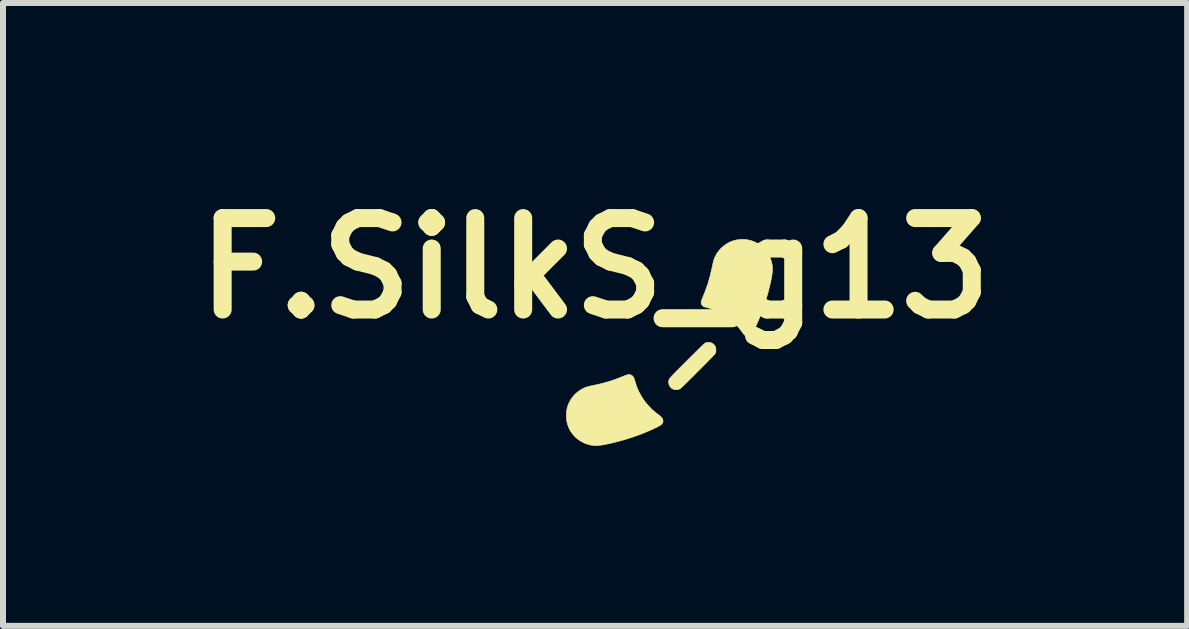
<source format=kicad_pcb>
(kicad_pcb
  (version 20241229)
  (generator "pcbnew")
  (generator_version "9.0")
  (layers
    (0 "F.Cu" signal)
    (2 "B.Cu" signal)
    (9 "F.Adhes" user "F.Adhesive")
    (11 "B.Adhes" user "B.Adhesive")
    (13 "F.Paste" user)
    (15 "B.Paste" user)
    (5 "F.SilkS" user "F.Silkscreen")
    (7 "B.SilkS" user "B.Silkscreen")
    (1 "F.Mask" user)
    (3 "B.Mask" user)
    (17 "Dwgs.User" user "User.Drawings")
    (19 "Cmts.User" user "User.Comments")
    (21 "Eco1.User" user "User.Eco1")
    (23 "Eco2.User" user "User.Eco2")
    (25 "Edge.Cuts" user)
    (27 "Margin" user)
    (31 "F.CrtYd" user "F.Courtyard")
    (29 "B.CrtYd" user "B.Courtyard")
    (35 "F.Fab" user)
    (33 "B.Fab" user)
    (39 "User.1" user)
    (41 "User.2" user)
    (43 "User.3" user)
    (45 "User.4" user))
  (footprint "F.SilkS_g13"
    (layer "F.Cu")
    (at 6.865 1.418)
    (property "Reference" "F.SilkS_g13" (at 0 0 0) (layer "F.SilkS") (effects (font (size 1.524 1.524) (thickness 0.3))))
    (attr through_hole)
    (fp_poly (pts (xy 0.592 1.777) (xy 0.608 1.785) (xy 0.621 1.795) (xy 0.631 1.804) (xy 0.638 1.813) (xy 0.645 1.825) (xy 0.651 1.84) (xy 0.658 1.861) (xy 0.666 1.887) (xy 0.667 1.888) (xy 0.684 1.945) (xy 0.703 1.997) (xy 0.725 2.046) (xy 0.741 2.079) (xy 0.784 2.155) (xy 0.833 2.226) (xy 0.889 2.293) (xy 0.95 2.356) (xy 1.016 2.412) (xy 1.054 2.44) (xy 1.082 2.462) (xy 1.104 2.482) (xy 1.119 2.502) (xy 1.129 2.521) (xy 1.132 2.541) (xy 1.133 2.546) (xy 1.131 2.565) (xy 1.124 2.581) (xy 1.113 2.597) (xy 1.096 2.612) (xy 1.072 2.628) (xy 1.041 2.644) (xy 1.041 2.645) (xy 0.92 2.702) (xy 0.792 2.755) (xy 0.659 2.804) (xy 0.522 2.849) (xy 0.383 2.888) (xy 0.241 2.923) (xy 0.182 2.935) (xy 0.123 2.946) (xy 0.069 2.953) (xy 0.022 2.956) (xy -0.02 2.955) (xy -0.054 2.951) (xy -0.117 2.937) (xy -0.177 2.915) (xy -0.233 2.887) (xy -0.284 2.853) (xy -0.331 2.812) (xy -0.372 2.766) (xy -0.409 2.714) (xy -0.414 2.705) (xy -0.44 2.653) (xy -0.46 2.596) (xy -0.473 2.538) (xy -0.479 2.478) (xy -0.478 2.417) (xy -0.47 2.358) (xy -0.456 2.3) (xy -0.454 2.296) (xy -0.431 2.24) (xy -0.402 2.187) (xy -0.366 2.138) (xy -0.324 2.093) (xy -0.278 2.054) (xy -0.227 2.02) (xy -0.173 1.993) (xy -0.151 1.984) (xy -0.137 1.98) (xy -0.116 1.974) (xy -0.092 1.968) (xy -0.066 1.962) (xy -0.039 1.956) (xy -0.038 1.956) (xy 0.061 1.935) (xy 0.155 1.911) (xy 0.245 1.885) (xy 0.332 1.856) (xy 0.419 1.823) (xy 0.467 1.803) (xy 0.501 1.79) (xy 0.53 1.78) (xy 0.554 1.775) (xy 0.575 1.774) (xy 0.592 1.777)) (stroke (width 0.01) (type solid)) (fill yes) (layer "F.SilkS"))
    (fp_poly (pts (xy 1.908 1.238) (xy 1.937 1.245) (xy 1.964 1.259) (xy 1.986 1.279) (xy 2.002 1.302) (xy 2.008 1.313) (xy 2.011 1.323) (xy 2.013 1.334) (xy 2.014 1.348) (xy 2.014 1.361) (xy 2.014 1.381) (xy 2.012 1.395) (xy 2.01 1.406) (xy 2.005 1.418) (xy 2.005 1.419) (xy 2.002 1.423) (xy 1.997 1.43) (xy 1.99 1.438) (xy 1.98 1.449) (xy 1.967 1.463) (xy 1.951 1.48) (xy 1.932 1.5) (xy 1.908 1.524) (xy 1.881 1.552) (xy 1.849 1.585) (xy 1.812 1.622) (xy 1.77 1.664) (xy 1.723 1.711) (xy 1.713 1.721) (xy 1.666 1.768) (xy 1.625 1.81) (xy 1.588 1.846) (xy 1.556 1.878) (xy 1.528 1.906) (xy 1.504 1.929) (xy 1.484 1.949) (xy 1.467 1.965) (xy 1.452 1.979) (xy 1.441 1.99) (xy 1.431 1.998) (xy 1.423 2.004) (xy 1.417 2.009) (xy 1.412 2.012) (xy 1.409 2.014) (xy 1.383 2.022) (xy 1.356 2.026) (xy 1.33 2.025) (xy 1.321 2.023) (xy 1.291 2.011) (xy 1.266 1.993) (xy 1.247 1.97) (xy 1.234 1.943) (xy 1.227 1.913) (xy 1.227 1.891) (xy 1.228 1.884) (xy 1.228 1.877) (xy 1.229 1.87) (xy 1.231 1.864) (xy 1.234 1.857) (xy 1.238 1.849) (xy 1.244 1.84) (xy 1.252 1.829) (xy 1.262 1.817) (xy 1.275 1.802) (xy 1.291 1.785) (xy 1.31 1.765) (xy 1.333 1.742) (xy 1.359 1.715) (xy 1.39 1.684) (xy 1.425 1.649) (xy 1.465 1.609) (xy 1.51 1.564) (xy 1.537 1.537) (xy 1.583 1.491) (xy 1.625 1.45) (xy 1.661 1.414) (xy 1.693 1.382) (xy 1.72 1.355) (xy 1.744 1.331) (xy 1.764 1.312) (xy 1.781 1.295) (xy 1.795 1.282) (xy 1.807 1.271) (xy 1.816 1.263) (xy 1.824 1.257) (xy 1.83 1.252) (xy 1.835 1.249) (xy 1.839 1.246) (xy 1.843 1.245) (xy 1.845 1.244) (xy 1.877 1.237) (xy 1.908 1.238)) (stroke (width 0.01) (type solid)) (fill yes) (layer "F.SilkS"))
    (fp_poly (pts (xy 2.543 -0.472) (xy 2.6 -0.459) (xy 2.656 -0.438) (xy 2.708 -0.412) (xy 2.757 -0.379) (xy 2.801 -0.341) (xy 2.842 -0.298) (xy 2.877 -0.249) (xy 2.906 -0.196) (xy 2.93 -0.139) (xy 2.947 -0.077) (xy 2.948 -0.075) (xy 2.951 -0.058) (xy 2.953 -0.038) (xy 2.954 -0.016) (xy 2.954 0.012) (xy 2.954 0.024) (xy 2.954 0.045) (xy 2.953 0.066) (xy 2.951 0.088) (xy 2.948 0.11) (xy 2.945 0.135) (xy 2.939 0.163) (xy 2.933 0.196) (xy 2.925 0.233) (xy 2.915 0.277) (xy 2.911 0.296) (xy 2.882 0.409) (xy 2.848 0.525) (xy 2.81 0.642) (xy 2.768 0.758) (xy 2.722 0.872) (xy 2.674 0.981) (xy 2.639 1.052) (xy 2.625 1.079) (xy 2.612 1.1) (xy 2.6 1.116) (xy 2.588 1.127) (xy 2.576 1.135) (xy 2.574 1.136) (xy 2.556 1.142) (xy 2.539 1.142) (xy 2.525 1.138) (xy 2.505 1.127) (xy 2.485 1.108) (xy 2.464 1.083) (xy 2.461 1.078) (xy 2.407 1.005) (xy 2.348 0.938) (xy 2.284 0.876) (xy 2.215 0.821) (xy 2.142 0.772) (xy 2.066 0.73) (xy 2.009 0.705) (xy 1.978 0.692) (xy 1.946 0.681) (xy 1.913 0.67) (xy 1.875 0.659) (xy 1.842 0.651) (xy 1.824 0.645) (xy 1.811 0.64) (xy 1.8 0.633) (xy 1.792 0.625) (xy 1.778 0.61) (xy 1.77 0.594) (xy 1.767 0.575) (xy 1.77 0.554) (xy 1.778 0.528) (xy 1.787 0.506) (xy 1.836 0.385) (xy 1.88 0.261) (xy 1.917 0.133) (xy 1.948 -0.001) (xy 1.955 -0.032) (xy 1.962 -0.066) (xy 1.968 -0.095) (xy 1.974 -0.118) (xy 1.98 -0.139) (xy 1.987 -0.157) (xy 1.994 -0.176) (xy 2.001 -0.19) (xy 2.029 -0.243) (xy 2.065 -0.292) (xy 2.105 -0.337) (xy 2.151 -0.376) (xy 2.201 -0.41) (xy 2.255 -0.438) (xy 2.311 -0.459) (xy 2.358 -0.47) (xy 2.421 -0.478) (xy 2.483 -0.479) (xy 2.543 -0.472)) (stroke (width 0.01) (type solid)) (fill yes) (layer "F.SilkS")))
  (gr_rect
    (start -3 -3)
    (end 16.731 7.379)
    (stroke (width 0.1) (type default))
    (fill no)
    (layer "Edge.Cuts")))
</source>
